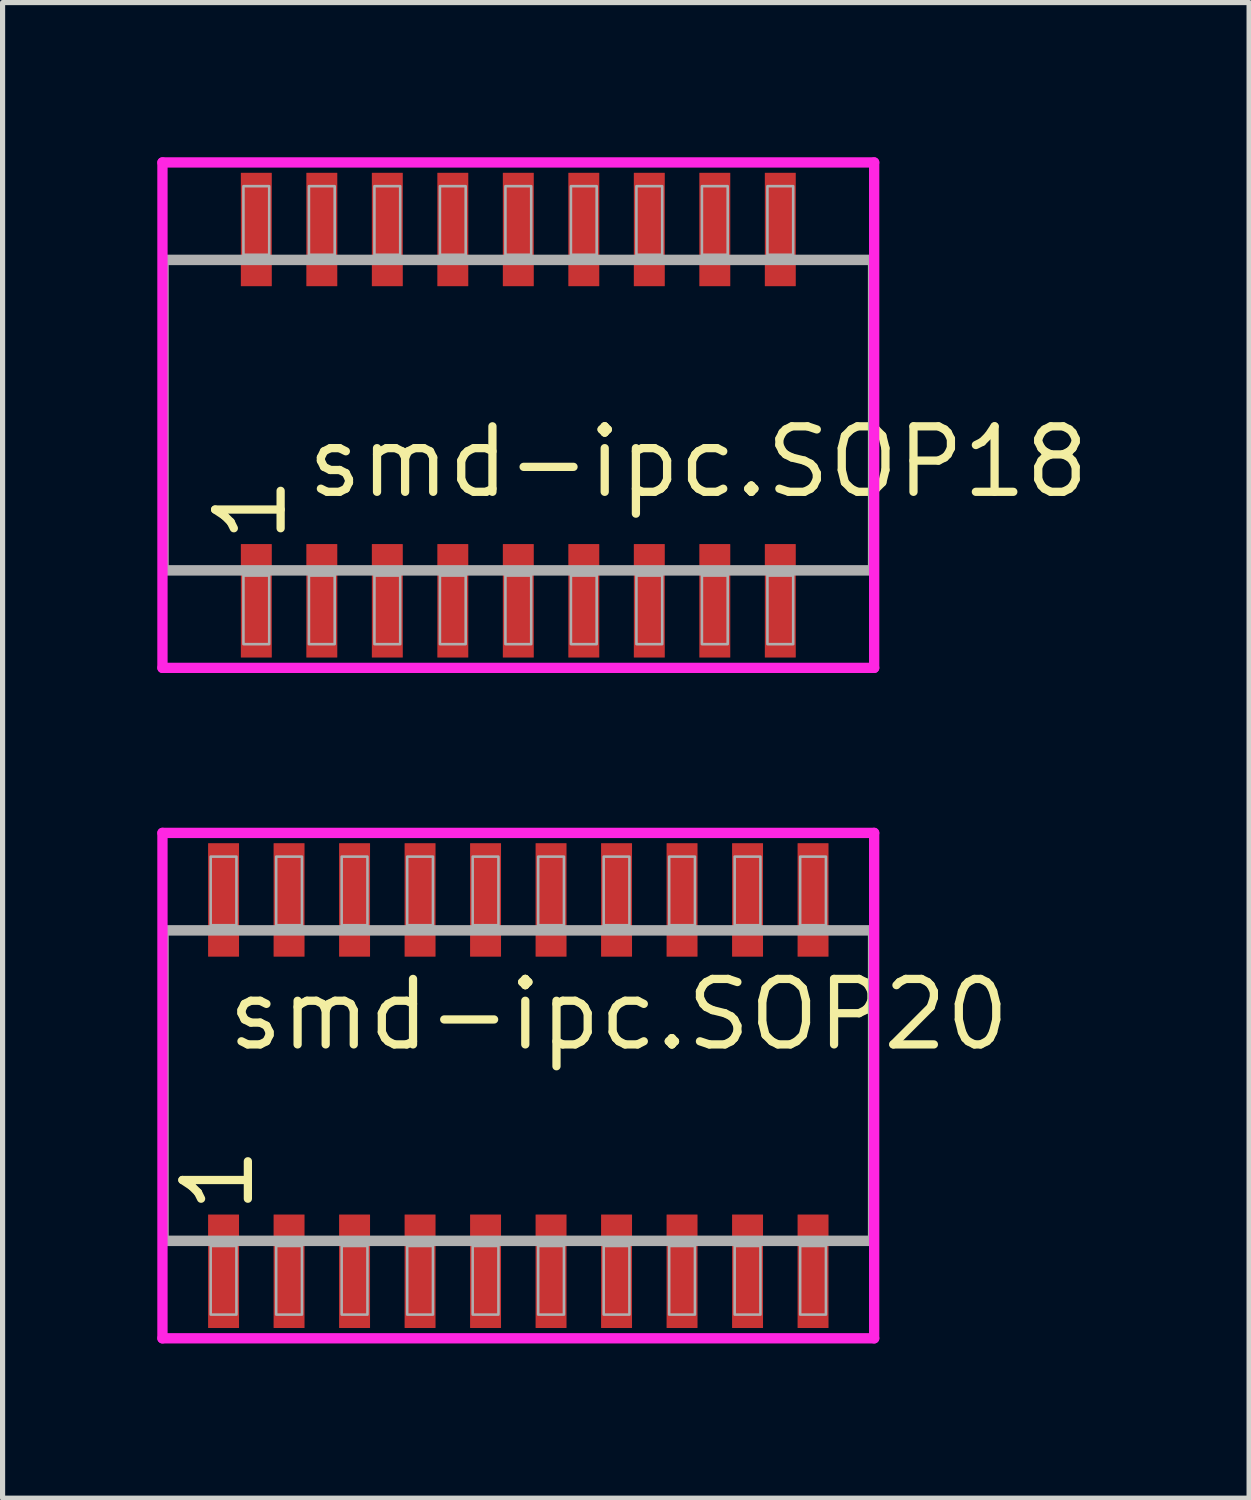
<source format=kicad_pcb>
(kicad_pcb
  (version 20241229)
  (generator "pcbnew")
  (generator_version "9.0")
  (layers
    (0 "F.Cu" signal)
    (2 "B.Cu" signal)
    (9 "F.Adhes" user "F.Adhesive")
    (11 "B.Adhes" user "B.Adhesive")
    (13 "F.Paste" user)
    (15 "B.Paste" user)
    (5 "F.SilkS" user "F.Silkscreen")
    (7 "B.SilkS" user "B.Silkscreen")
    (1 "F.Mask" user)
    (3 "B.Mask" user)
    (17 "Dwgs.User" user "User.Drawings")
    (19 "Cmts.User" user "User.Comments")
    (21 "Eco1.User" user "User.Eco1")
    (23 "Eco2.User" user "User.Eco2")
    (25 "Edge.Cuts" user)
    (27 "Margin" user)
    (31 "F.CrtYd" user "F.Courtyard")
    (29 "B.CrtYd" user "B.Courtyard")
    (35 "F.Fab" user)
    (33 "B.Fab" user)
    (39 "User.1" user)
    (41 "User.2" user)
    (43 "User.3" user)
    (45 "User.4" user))
  (footprint "smd-ipc.SOP18"
    (layer "F.Cu")
    (at 7 5)
    (property "Reference" "smd-ipc.SOP18" (at -4.175 1.65 0) (layer "F.SilkS") (effects (font (size 1.27 1.27) (thickness 0.16)) (justify left bottom)))
    (attr smd)
    (fp_line (start -6.9 -4.9) (end 6.9 -4.9) (stroke (width 0.2) (type default)) (layer "F.CrtYd"))
    (fp_line (start -6.9 4.9) (end -6.9 -4.9) (stroke (width 0.2) (type default)) (layer "F.CrtYd"))
    (fp_line (start 6.9 -4.9) (end 6.9 4.9) (stroke (width 0.2) (type default)) (layer "F.CrtYd"))
    (fp_line (start 6.9 4.9) (end -6.9 4.9) (stroke (width 0.2) (type default)) (layer "F.CrtYd"))
    (fp_line (start -6.88 -3.01) (end 6.88 -3.01) (stroke (width 0.203) (type default)) (layer "F.Fab"))
    (fp_line (start -6.88 3.01) (end -6.88 -3.01) (stroke (width 0.203) (type default)) (layer "F.Fab"))
    (fp_line (start 6.88 -3.01) (end 6.88 3.01) (stroke (width 0.203) (type default)) (layer "F.Fab"))
    (fp_line (start 6.88 3.01) (end -6.88 3.01) (stroke (width 0.203) (type default)) (layer "F.Fab"))
    (fp_rect (start -5.33 -3.11) (end -4.83 -4.44) (stroke (width 0.05) (type default)) (fill no) (layer "F.Fab"))
    (fp_rect (start -5.33 4.44) (end -4.83 3.11) (stroke (width 0.05) (type default)) (fill no) (layer "F.Fab"))
    (fp_rect (start -4.06 -3.11) (end -3.56 -4.44) (stroke (width 0.05) (type default)) (fill no) (layer "F.Fab"))
    (fp_rect (start -4.06 4.44) (end -3.56 3.11) (stroke (width 0.05) (type default)) (fill no) (layer "F.Fab"))
    (fp_rect (start -2.79 -3.11) (end -2.29 -4.44) (stroke (width 0.05) (type default)) (fill no) (layer "F.Fab"))
    (fp_rect (start -2.79 4.44) (end -2.29 3.11) (stroke (width 0.05) (type default)) (fill no) (layer "F.Fab"))
    (fp_rect (start -1.52 -3.11) (end -1.02 -4.44) (stroke (width 0.05) (type default)) (fill no) (layer "F.Fab"))
    (fp_rect (start -1.52 4.44) (end -1.02 3.11) (stroke (width 0.05) (type default)) (fill no) (layer "F.Fab"))
    (fp_rect (start -0.25 -3.11) (end 0.25 -4.44) (stroke (width 0.05) (type default)) (fill no) (layer "F.Fab"))
    (fp_rect (start -0.25 4.44) (end 0.25 3.11) (stroke (width 0.05) (type default)) (fill no) (layer "F.Fab"))
    (fp_rect (start 1.02 -3.11) (end 1.52 -4.44) (stroke (width 0.05) (type default)) (fill no) (layer "F.Fab"))
    (fp_rect (start 1.02 4.44) (end 1.52 3.11) (stroke (width 0.05) (type default)) (fill no) (layer "F.Fab"))
    (fp_rect (start 2.29 -3.11) (end 2.79 -4.44) (stroke (width 0.05) (type default)) (fill no) (layer "F.Fab"))
    (fp_rect (start 2.29 4.44) (end 2.79 3.11) (stroke (width 0.05) (type default)) (fill no) (layer "F.Fab"))
    (fp_rect (start 3.56 -3.11) (end 4.06 -4.44) (stroke (width 0.05) (type default)) (fill no) (layer "F.Fab"))
    (fp_rect (start 3.56 4.44) (end 4.06 3.11) (stroke (width 0.05) (type default)) (fill no) (layer "F.Fab"))
    (fp_rect (start 4.83 -3.11) (end 5.33 -4.44) (stroke (width 0.05) (type default)) (fill no) (layer "F.Fab"))
    (fp_rect (start 4.83 4.44) (end 5.33 3.11) (stroke (width 0.05) (type default)) (fill no) (layer "F.Fab"))
    (fp_text user "1" (at -4.445 2.54 90) (layer "F.SilkS") (effects (font (size 1.27 1.27) (thickness 0.16)) (justify left bottom)))
    (pad "1" smd roundrect (at -5.08 3.6) (size 0.6 2.2) (layers "F.Cu" "F.Mask" "F.Paste") (roundrect_rratio 0.01))
    (pad "2" smd roundrect (at -3.81 3.6) (size 0.6 2.2) (layers "F.Cu" "F.Mask" "F.Paste") (roundrect_rratio 0.01))
    (pad "3" smd roundrect (at -2.54 3.6) (size 0.6 2.2) (layers "F.Cu" "F.Mask" "F.Paste") (roundrect_rratio 0.01))
    (pad "4" smd roundrect (at -1.27 3.6) (size 0.6 2.2) (layers "F.Cu" "F.Mask" "F.Paste") (roundrect_rratio 0.01))
    (pad "5" smd roundrect (at 0 3.6) (size 0.6 2.2) (layers "F.Cu" "F.Mask" "F.Paste") (roundrect_rratio 0.01))
    (pad "6" smd roundrect (at 1.27 3.6) (size 0.6 2.2) (layers "F.Cu" "F.Mask" "F.Paste") (roundrect_rratio 0.01))
    (pad "7" smd roundrect (at 2.54 3.6) (size 0.6 2.2) (layers "F.Cu" "F.Mask" "F.Paste") (roundrect_rratio 0.01))
    (pad "8" smd roundrect (at 3.81 3.6) (size 0.6 2.2) (layers "F.Cu" "F.Mask" "F.Paste") (roundrect_rratio 0.01))
    (pad "9" smd roundrect (at 5.08 3.6) (size 0.6 2.2) (layers "F.Cu" "F.Mask" "F.Paste") (roundrect_rratio 0.01))
    (pad "10" smd roundrect (at 5.08 -3.6) (size 0.6 2.2) (layers "F.Cu" "F.Mask" "F.Paste") (roundrect_rratio 0.01))
    (pad "11" smd roundrect (at 3.81 -3.6) (size 0.6 2.2) (layers "F.Cu" "F.Mask" "F.Paste") (roundrect_rratio 0.01))
    (pad "12" smd roundrect (at 2.54 -3.6) (size 0.6 2.2) (layers "F.Cu" "F.Mask" "F.Paste") (roundrect_rratio 0.01))
    (pad "13" smd roundrect (at 1.27 -3.6) (size 0.6 2.2) (layers "F.Cu" "F.Mask" "F.Paste") (roundrect_rratio 0.01))
    (pad "14" smd roundrect (at 0 -3.6) (size 0.6 2.2) (layers "F.Cu" "F.Mask" "F.Paste") (roundrect_rratio 0.01))
    (pad "15" smd roundrect (at -1.27 -3.6) (size 0.6 2.2) (layers "F.Cu" "F.Mask" "F.Paste") (roundrect_rratio 0.01))
    (pad "16" smd roundrect (at -2.54 -3.6) (size 0.6 2.2) (layers "F.Cu" "F.Mask" "F.Paste") (roundrect_rratio 0.01))
    (pad "17" smd roundrect (at -3.81 -3.6) (size 0.6 2.2) (layers "F.Cu" "F.Mask" "F.Paste") (roundrect_rratio 0.01))
    (pad "18" smd roundrect (at -5.08 -3.6) (size 0.6 2.2) (layers "F.Cu" "F.Mask" "F.Paste") (roundrect_rratio 0.01)))
  (footprint "smd-ipc.SOP20"
    (layer "F.Cu")
    (at 7 18)
    (property "Reference" "smd-ipc.SOP20" (at -5.715 -0.635 0) (layer "F.SilkS") (effects (font (size 1.27 1.27) (thickness 0.16)) (justify left bottom)))
    (attr smd)
    (fp_line (start -6.9 -4.9) (end 6.9 -4.9) (stroke (width 0.2) (type default)) (layer "F.CrtYd"))
    (fp_line (start -6.9 4.9) (end -6.9 -4.9) (stroke (width 0.2) (type default)) (layer "F.CrtYd"))
    (fp_line (start 6.9 -4.9) (end 6.9 4.9) (stroke (width 0.2) (type default)) (layer "F.CrtYd"))
    (fp_line (start 6.9 4.9) (end -6.9 4.9) (stroke (width 0.2) (type default)) (layer "F.CrtYd"))
    (fp_line (start -6.88 -3.01) (end 6.88 -3.01) (stroke (width 0.203) (type default)) (layer "F.Fab"))
    (fp_line (start -6.88 3.01) (end -6.88 -3.01) (stroke (width 0.203) (type default)) (layer "F.Fab"))
    (fp_line (start 6.88 -3.01) (end 6.88 3.01) (stroke (width 0.203) (type default)) (layer "F.Fab"))
    (fp_line (start 6.88 3.01) (end -6.88 3.01) (stroke (width 0.203) (type default)) (layer "F.Fab"))
    (fp_rect (start -5.965 -3.11) (end -5.465 -4.44) (stroke (width 0.05) (type default)) (fill no) (layer "F.Fab"))
    (fp_rect (start -5.965 4.44) (end -5.465 3.11) (stroke (width 0.05) (type default)) (fill no) (layer "F.Fab"))
    (fp_rect (start -4.695 -3.11) (end -4.195 -4.44) (stroke (width 0.05) (type default)) (fill no) (layer "F.Fab"))
    (fp_rect (start -4.695 4.44) (end -4.195 3.11) (stroke (width 0.05) (type default)) (fill no) (layer "F.Fab"))
    (fp_rect (start -3.425 -3.11) (end -2.925 -4.44) (stroke (width 0.05) (type default)) (fill no) (layer "F.Fab"))
    (fp_rect (start -3.425 4.44) (end -2.925 3.11) (stroke (width 0.05) (type default)) (fill no) (layer "F.Fab"))
    (fp_rect (start -2.155 -3.11) (end -1.655 -4.44) (stroke (width 0.05) (type default)) (fill no) (layer "F.Fab"))
    (fp_rect (start -2.155 4.44) (end -1.655 3.11) (stroke (width 0.05) (type default)) (fill no) (layer "F.Fab"))
    (fp_rect (start -0.885 -3.11) (end -0.385 -4.44) (stroke (width 0.05) (type default)) (fill no) (layer "F.Fab"))
    (fp_rect (start -0.885 4.44) (end -0.385 3.11) (stroke (width 0.05) (type default)) (fill no) (layer "F.Fab"))
    (fp_rect (start 0.385 -3.11) (end 0.885 -4.44) (stroke (width 0.05) (type default)) (fill no) (layer "F.Fab"))
    (fp_rect (start 0.385 4.44) (end 0.885 3.11) (stroke (width 0.05) (type default)) (fill no) (layer "F.Fab"))
    (fp_rect (start 1.655 -3.11) (end 2.155 -4.44) (stroke (width 0.05) (type default)) (fill no) (layer "F.Fab"))
    (fp_rect (start 1.655 4.44) (end 2.155 3.11) (stroke (width 0.05) (type default)) (fill no) (layer "F.Fab"))
    (fp_rect (start 2.925 -3.11) (end 3.425 -4.44) (stroke (width 0.05) (type default)) (fill no) (layer "F.Fab"))
    (fp_rect (start 2.925 4.44) (end 3.425 3.11) (stroke (width 0.05) (type default)) (fill no) (layer "F.Fab"))
    (fp_rect (start 4.195 -3.11) (end 4.695 -4.44) (stroke (width 0.05) (type default)) (fill no) (layer "F.Fab"))
    (fp_rect (start 4.195 4.44) (end 4.695 3.11) (stroke (width 0.05) (type default)) (fill no) (layer "F.Fab"))
    (fp_rect (start 5.465 -3.11) (end 5.965 -4.44) (stroke (width 0.05) (type default)) (fill no) (layer "F.Fab"))
    (fp_rect (start 5.465 4.44) (end 5.965 3.11) (stroke (width 0.05) (type default)) (fill no) (layer "F.Fab"))
    (fp_text user "1" (at -5.08 2.54 90) (layer "F.SilkS") (effects (font (size 1.27 1.27) (thickness 0.16)) (justify left bottom)))
    (pad "1" smd roundrect (at -5.715 3.6) (size 0.6 2.2) (layers "F.Cu" "F.Mask" "F.Paste") (roundrect_rratio 0.01))
    (pad "2" smd roundrect (at -4.445 3.6) (size 0.6 2.2) (layers "F.Cu" "F.Mask" "F.Paste") (roundrect_rratio 0.01))
    (pad "3" smd roundrect (at -3.175 3.6) (size 0.6 2.2) (layers "F.Cu" "F.Mask" "F.Paste") (roundrect_rratio 0.01))
    (pad "4" smd roundrect (at -1.905 3.6) (size 0.6 2.2) (layers "F.Cu" "F.Mask" "F.Paste") (roundrect_rratio 0.01))
    (pad "5" smd roundrect (at -0.635 3.6) (size 0.6 2.2) (layers "F.Cu" "F.Mask" "F.Paste") (roundrect_rratio 0.01))
    (pad "6" smd roundrect (at 0.635 3.6) (size 0.6 2.2) (layers "F.Cu" "F.Mask" "F.Paste") (roundrect_rratio 0.01))
    (pad "7" smd roundrect (at 1.905 3.6) (size 0.6 2.2) (layers "F.Cu" "F.Mask" "F.Paste") (roundrect_rratio 0.01))
    (pad "8" smd roundrect (at 3.175 3.6) (size 0.6 2.2) (layers "F.Cu" "F.Mask" "F.Paste") (roundrect_rratio 0.01))
    (pad "9" smd roundrect (at 4.445 3.6) (size 0.6 2.2) (layers "F.Cu" "F.Mask" "F.Paste") (roundrect_rratio 0.01))
    (pad "10" smd roundrect (at 5.715 3.6) (size 0.6 2.2) (layers "F.Cu" "F.Mask" "F.Paste") (roundrect_rratio 0.01))
    (pad "11" smd roundrect (at 5.715 -3.6) (size 0.6 2.2) (layers "F.Cu" "F.Mask" "F.Paste") (roundrect_rratio 0.01))
    (pad "12" smd roundrect (at 4.445 -3.6) (size 0.6 2.2) (layers "F.Cu" "F.Mask" "F.Paste") (roundrect_rratio 0.01))
    (pad "13" smd roundrect (at 3.175 -3.6) (size 0.6 2.2) (layers "F.Cu" "F.Mask" "F.Paste") (roundrect_rratio 0.01))
    (pad "14" smd roundrect (at 1.905 -3.6) (size 0.6 2.2) (layers "F.Cu" "F.Mask" "F.Paste") (roundrect_rratio 0.01))
    (pad "15" smd roundrect (at 0.635 -3.6) (size 0.6 2.2) (layers "F.Cu" "F.Mask" "F.Paste") (roundrect_rratio 0.01))
    (pad "16" smd roundrect (at -0.635 -3.6) (size 0.6 2.2) (layers "F.Cu" "F.Mask" "F.Paste") (roundrect_rratio 0.01))
    (pad "17" smd roundrect (at -1.905 -3.6) (size 0.6 2.2) (layers "F.Cu" "F.Mask" "F.Paste") (roundrect_rratio 0.01))
    (pad "18" smd roundrect (at -3.175 -3.6) (size 0.6 2.2) (layers "F.Cu" "F.Mask" "F.Paste") (roundrect_rratio 0.01))
    (pad "19" smd roundrect (at -4.445 -3.6) (size 0.6 2.2) (layers "F.Cu" "F.Mask" "F.Paste") (roundrect_rratio 0.01))
    (pad "20" smd roundrect (at -5.715 -3.6) (size 0.6 2.2) (layers "F.Cu" "F.Mask" "F.Paste") (roundrect_rratio 0.01)))
  (gr_rect
    (start -3 -3)
    (end 21.17 26)
    (stroke (width 0.1) (type default))
    (fill no)
    (layer "Edge.Cuts")))
</source>
